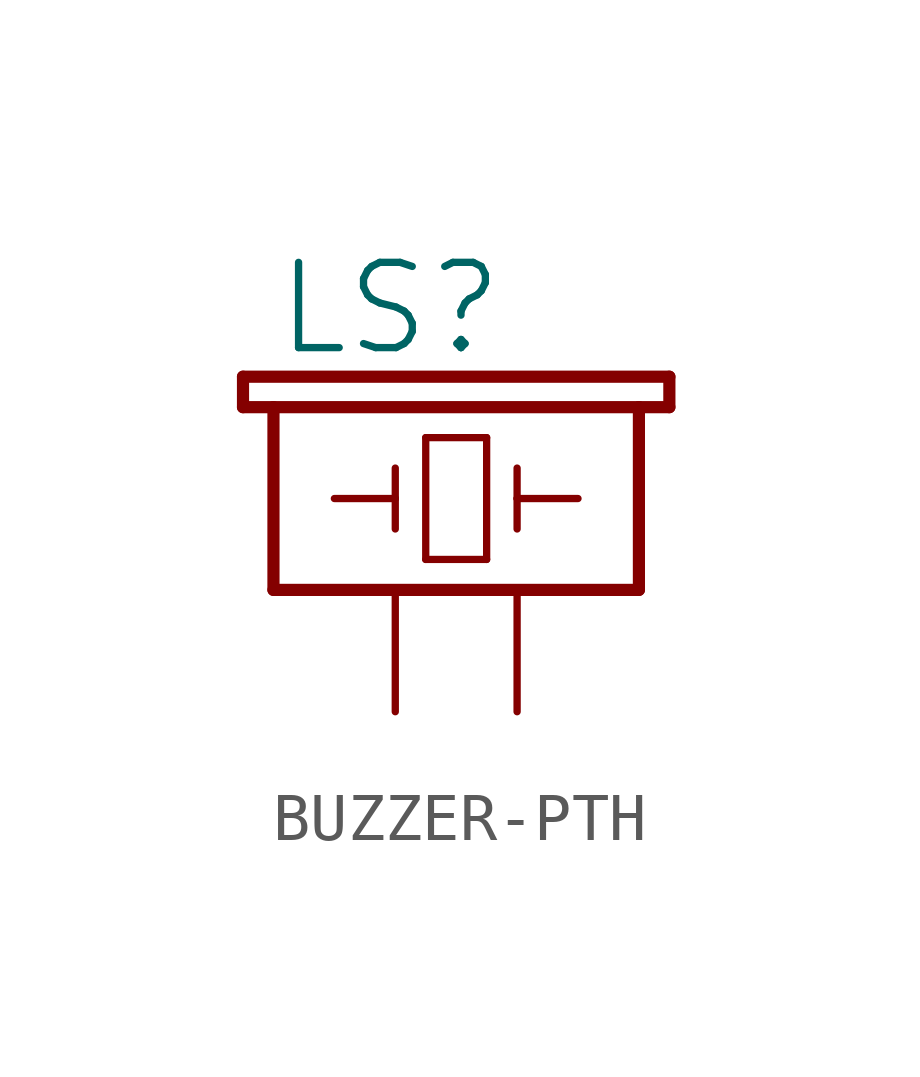
<source format=kicad_sym>
(kicad_symbol_lib
  (version 20231120)
  (generator "kicad_symbol_editor")
  (generator_version "8.0")
  (symbol "BUZZER-PTH"
    (property "Reference" "LS"
      (at -2.54 4.826 0)
      (effects (font (size 1.778 1.778)) (justify left bottom)))
    (property "Value" ""
      (at 5.334 0 0)
      (effects (font (size 1.778 1.778)) (justify left bottom)))
    (property "ki_locked" ""
      (at 0 0 0)
      (effects (font (size 1.27 1.27))))
    (symbol "BUZZER-PTH_1_0"
      (polyline (pts (xy -3.175 3.81) (xy -2.54 3.81)) (stroke (width 0.254) (type solid)) (fill (type none)))
      (polyline (pts (xy -3.175 4.445) (xy -3.175 3.81)) (stroke (width 0.254) (type solid)) (fill (type none)))
      (polyline (pts (xy -2.54 0) (xy 5.08 0)) (stroke (width 0.254) (type solid)) (fill (type none)))
      (polyline (pts (xy -2.54 3.81) (xy -2.54 0)) (stroke (width 0.254) (type solid)) (fill (type none)))
      (polyline (pts (xy -2.54 3.81) (xy 5.08 3.81)) (stroke (width 0.254) (type solid)) (fill (type none)))
      (polyline (pts (xy -1.27 1.905) (xy 0 1.905)) (stroke (width 0.152) (type solid)) (fill (type none)))
      (polyline (pts (xy 0 1.905) (xy 0 1.27)) (stroke (width 0.152) (type solid)) (fill (type none)))
      (polyline (pts (xy 0 1.905) (xy 0 2.54)) (stroke (width 0.152) (type solid)) (fill (type none)))
      (polyline (pts (xy 0.635 0.635) (xy 1.905 0.635)) (stroke (width 0.152) (type solid)) (fill (type none)))
      (polyline (pts (xy 0.635 3.175) (xy 0.635 0.635)) (stroke (width 0.152) (type solid)) (fill (type none)))
      (polyline (pts (xy 1.905 0.635) (xy 1.905 3.175)) (stroke (width 0.152) (type solid)) (fill (type none)))
      (polyline (pts (xy 1.905 3.175) (xy 0.635 3.175)) (stroke (width 0.152) (type solid)) (fill (type none)))
      (polyline (pts (xy 2.54 1.905) (xy 2.54 1.27)) (stroke (width 0.152) (type solid)) (fill (type none)))
      (polyline (pts (xy 2.54 1.905) (xy 3.81 1.905)) (stroke (width 0.152) (type solid)) (fill (type none)))
      (polyline (pts (xy 2.54 2.54) (xy 2.54 1.905)) (stroke (width 0.152) (type solid)) (fill (type none)))
      (polyline (pts (xy 5.08 0) (xy 5.08 3.81)) (stroke (width 0.254) (type solid)) (fill (type none)))
      (polyline (pts (xy 5.08 3.81) (xy 5.715 3.81)) (stroke (width 0.254) (type solid)) (fill (type none)))
      (polyline (pts (xy 5.715 3.81) (xy 5.715 4.445)) (stroke (width 0.254) (type solid)) (fill (type none)))
      (polyline (pts (xy 5.715 4.445) (xy -3.175 4.445)) (stroke (width 0.254) (type solid)) (fill (type none)))
      (pin passive line (at 0 -2.54 90) (length 2.54) (name "1" (effects (font (size 0 0)))) (number "+" (effects (font (size 0 0)))))
      (pin passive line (at 2.54 -2.54 90) (length 2.54) (name "2" (effects (font (size 0 0)))) (number "-" (effects (font (size 0 0))))))))
</source>
